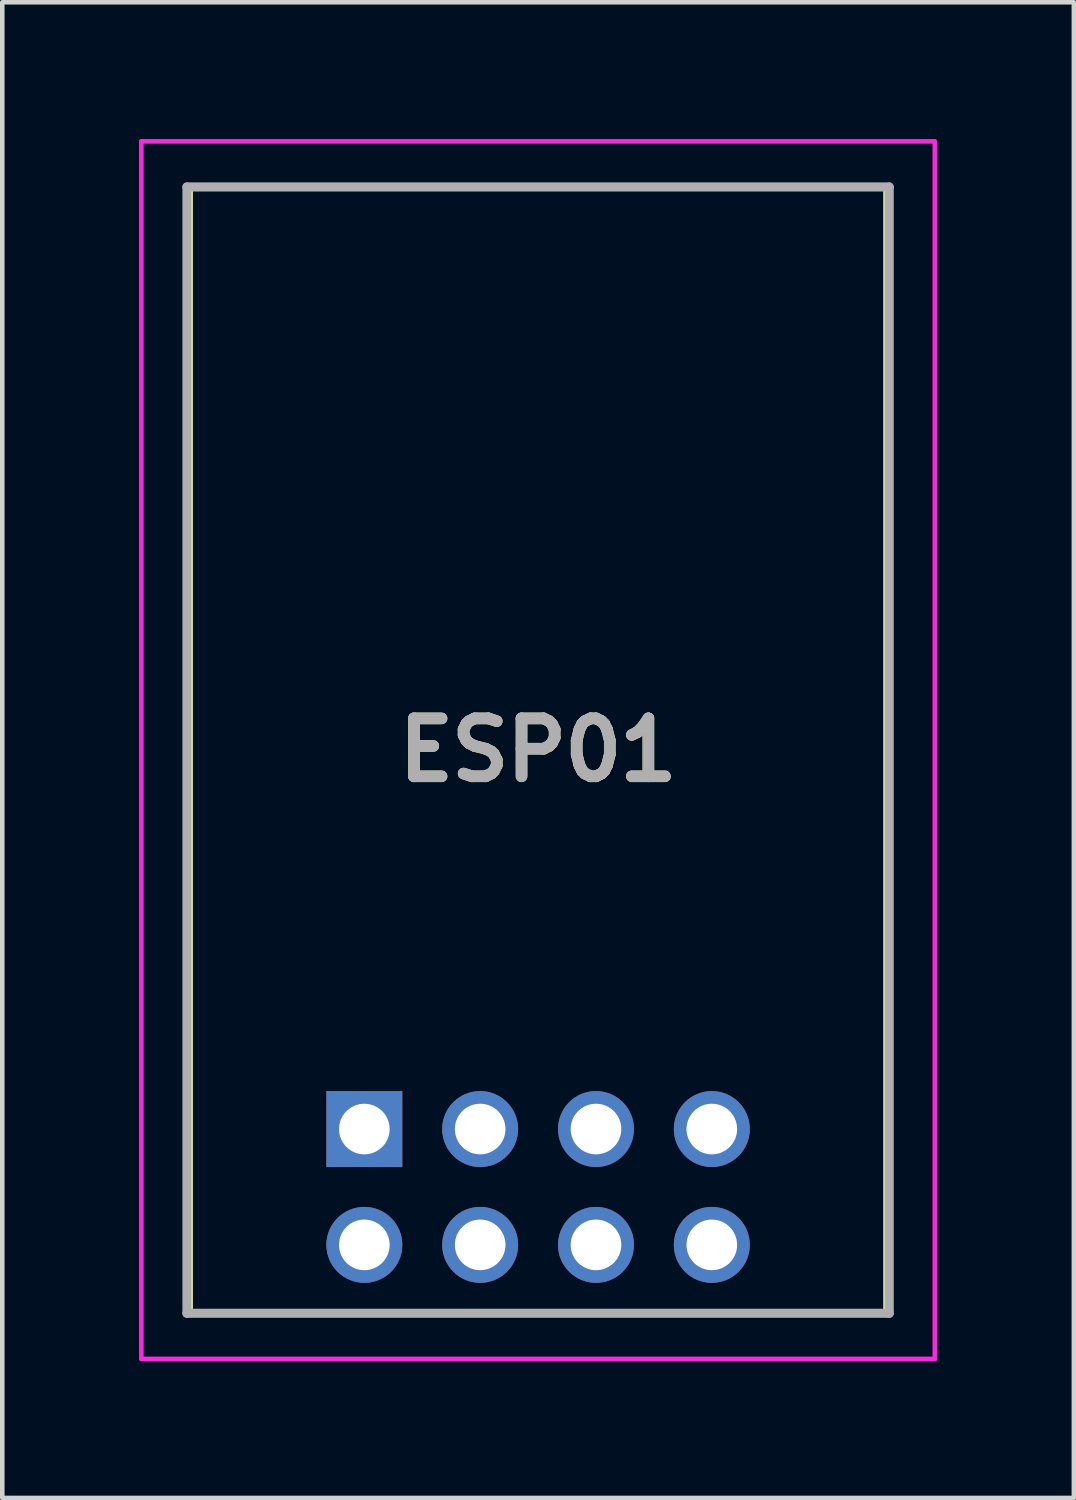
<source format=kicad_pcb>
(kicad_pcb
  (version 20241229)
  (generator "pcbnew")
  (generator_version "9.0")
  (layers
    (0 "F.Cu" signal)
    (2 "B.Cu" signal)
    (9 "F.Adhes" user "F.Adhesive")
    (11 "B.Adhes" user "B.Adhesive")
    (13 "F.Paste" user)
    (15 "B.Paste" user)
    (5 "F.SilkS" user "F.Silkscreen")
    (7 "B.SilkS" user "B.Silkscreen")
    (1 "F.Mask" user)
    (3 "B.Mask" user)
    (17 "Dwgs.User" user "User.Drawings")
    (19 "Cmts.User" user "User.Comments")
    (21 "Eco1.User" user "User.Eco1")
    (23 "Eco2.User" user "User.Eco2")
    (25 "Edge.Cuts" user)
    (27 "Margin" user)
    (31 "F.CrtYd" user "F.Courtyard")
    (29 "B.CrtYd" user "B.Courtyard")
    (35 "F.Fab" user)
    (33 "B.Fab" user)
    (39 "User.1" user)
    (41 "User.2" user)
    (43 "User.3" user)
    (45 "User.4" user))
  (footprint "ESP01"
    (layer "F.Cu")
    (at 4.94 21.71)
    (property "Reference" "ESP01" (at 3.81 -8.31 0) (layer "F.SilkS") (effects (font (size 1.27 1.27) (thickness 0.254))))
    (attr through_hole)
    (fp_line (start -3.81 -20.66) (end 11.43 -20.66) (stroke (width 0.1) (type solid)) (layer "F.SilkS"))
    (fp_line (start -3.81 4.04) (end -3.81 -20.66) (stroke (width 0.1) (type solid)) (layer "F.SilkS"))
    (fp_line (start 11.43 -20.66) (end 11.43 4.04) (stroke (width 0.1) (type solid)) (layer "F.SilkS"))
    (fp_line (start 11.43 4.04) (end -3.81 4.04) (stroke (width 0.1) (type solid)) (layer "F.SilkS"))
    (fp_line (start -4.89 -21.66) (end 12.51 -21.66) (stroke (width 0.1) (type solid)) (layer "F.CrtYd"))
    (fp_line (start -4.89 5.04) (end -4.89 -21.66) (stroke (width 0.1) (type solid)) (layer "F.CrtYd"))
    (fp_line (start 12.51 -21.66) (end 12.51 5.04) (stroke (width 0.1) (type solid)) (layer "F.CrtYd"))
    (fp_line (start 12.51 5.04) (end -4.89 5.04) (stroke (width 0.1) (type solid)) (layer "F.CrtYd"))
    (fp_line (start -3.89 -20.66) (end 11.51 -20.66) (stroke (width 0.2) (type solid)) (layer "F.Fab"))
    (fp_line (start -3.89 4.04) (end -3.89 -20.66) (stroke (width 0.2) (type solid)) (layer "F.Fab"))
    (fp_line (start 11.51 -20.66) (end 11.51 4.04) (stroke (width 0.2) (type solid)) (layer "F.Fab"))
    (fp_line (start 11.51 4.04) (end -3.89 4.04) (stroke (width 0.2) (type solid)) (layer "F.Fab"))
    (fp_text user "${REFERENCE}" (at 3.81 -8.31 0) (layer "F.Fab") (effects (font (size 1.27 1.27) (thickness 0.254))))
    (pad "1" thru_hole rect (at 0 0) (size 1.665 1.665) (drill 1.11) (layers "*.Cu" "*.Mask"))
    (pad "2" thru_hole circle (at 2.54 0) (size 1.665 1.665) (drill 1.11) (layers "*.Cu" "*.Mask"))
    (pad "3" thru_hole circle (at 5.08 0) (size 1.665 1.665) (drill 1.11) (layers "*.Cu" "*.Mask"))
    (pad "4" thru_hole circle (at 7.62 0) (size 1.665 1.665) (drill 1.11) (layers "*.Cu" "*.Mask"))
    (pad "5" thru_hole circle (at 0 2.54) (size 1.665 1.665) (drill 1.11) (layers "*.Cu" "*.Mask"))
    (pad "6" thru_hole circle (at 2.54 2.54) (size 1.665 1.665) (drill 1.11) (layers "*.Cu" "*.Mask"))
    (pad "7" thru_hole circle (at 5.08 2.54) (size 1.665 1.665) (drill 1.11) (layers "*.Cu" "*.Mask"))
    (pad "8" thru_hole circle (at 7.62 2.54) (size 1.665 1.665) (drill 1.11) (layers "*.Cu" "*.Mask")))
  (gr_rect
    (start -3 -3)
    (end 20.5 29.8)
    (stroke (width 0.1) (type default))
    (fill no)
    (layer "Edge.Cuts")))
</source>
